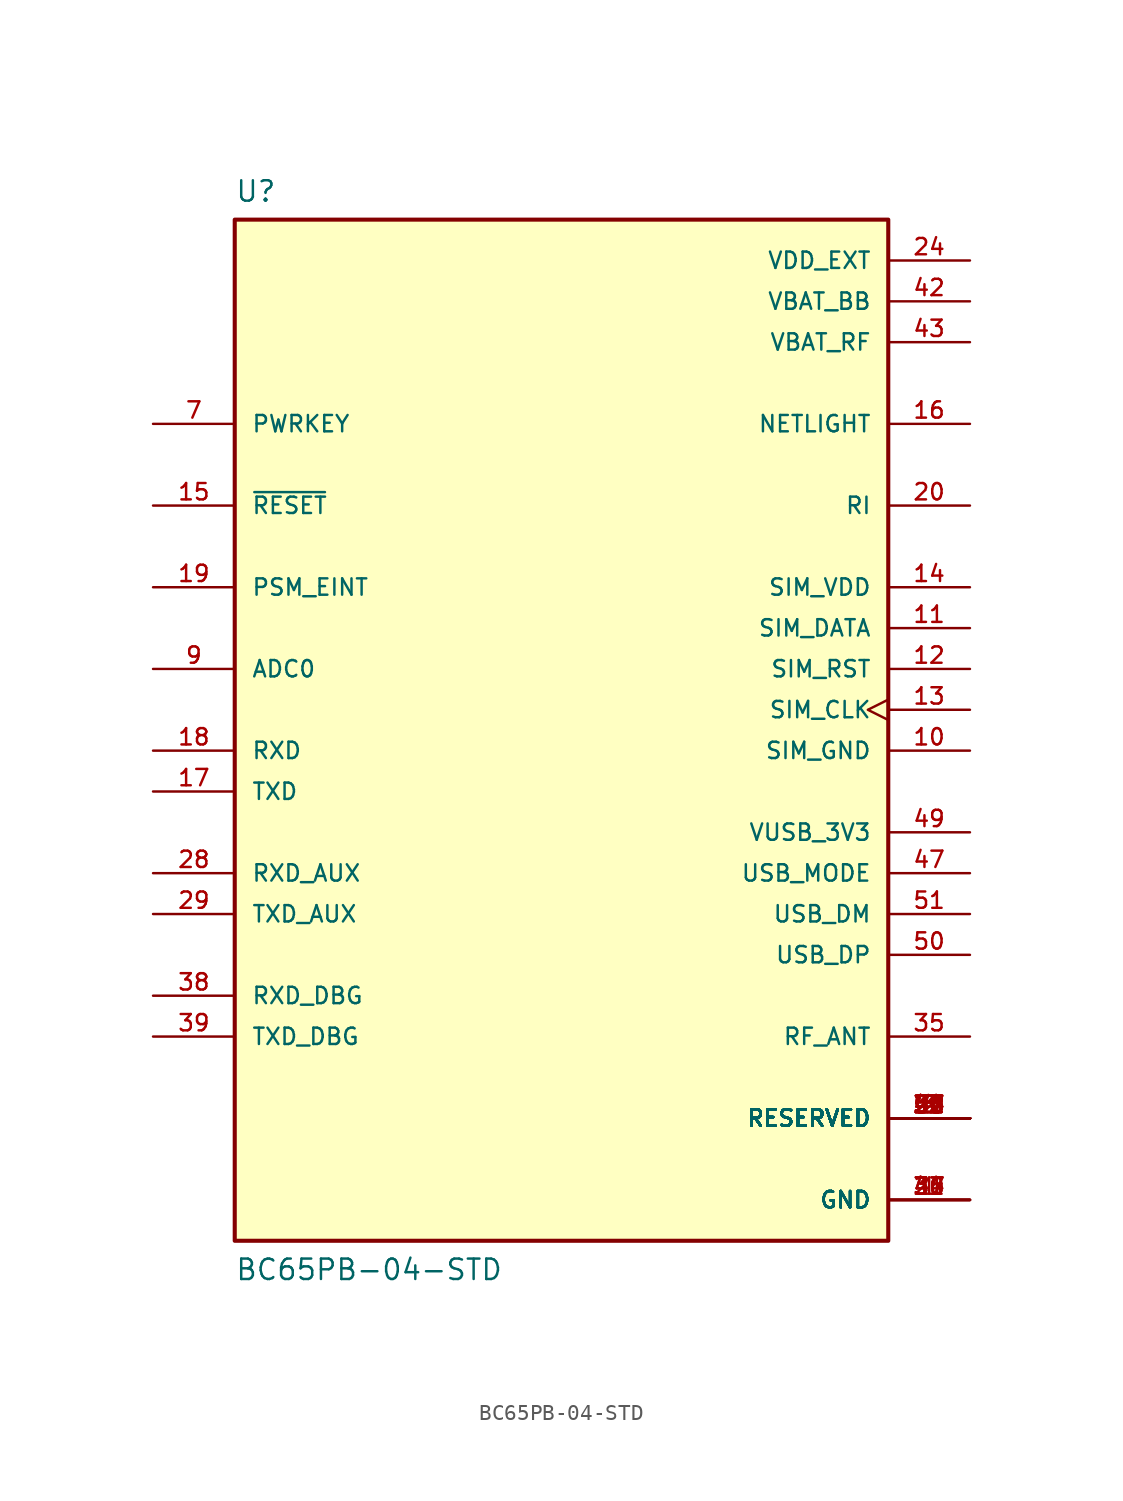
<source format=kicad_sym>
(kicad_symbol_lib
  (version 20211014)
  (generator kicad_symbol_editor)
  (symbol "BC65PB-04-STD"
    (pin_names
      (offset 1.016))
    (property "Reference" "U"
      (at -20.32 31.496 0)
      (effects (font (size 1.27 1.27)) (justify bottom left)))
    (property "Value" "BC65PB-04-STD"
      (at -20.32 -35.56 0)
      (effects (font (size 1.27 1.27)) (justify bottom left)))
    (symbol "BC65PB-04-STD_0_0"
      (rectangle (start -20.32 -33.02) (end 20.32 30.48) (stroke (width 0.254)) (fill (type background)))
      (pin power_in line (at 25.4 25.4 180.0) (length 5.08) (name "VBAT_BB" (effects (font (size 1.016 1.016)))) (number "42" (effects (font (size 1.016 1.016)))))
      (pin power_in line (at 25.4 22.86 180.0) (length 5.08) (name "VBAT_RF" (effects (font (size 1.016 1.016)))) (number "43" (effects (font (size 1.016 1.016)))))
      (pin power_in line (at 25.4 27.94 180.0) (length 5.08) (name "VDD_EXT" (effects (font (size 1.016 1.016)))) (number "24" (effects (font (size 1.016 1.016)))))
      (pin power_in line (at 25.4 -30.48 180.0) (length 5.08) (name "GND" (effects (font (size 1.016 1.016)))) (number "1" (effects (font (size 1.016 1.016)))))
      (pin power_in line (at 25.4 -30.48 180.0) (length 5.08) (name "GND" (effects (font (size 1.016 1.016)))) (number "27" (effects (font (size 1.016 1.016)))))
      (pin power_in line (at 25.4 -30.48 180.0) (length 5.08) (name "GND" (effects (font (size 1.016 1.016)))) (number "34" (effects (font (size 1.016 1.016)))))
      (pin power_in line (at 25.4 -30.48 180.0) (length 5.08) (name "GND" (effects (font (size 1.016 1.016)))) (number "36" (effects (font (size 1.016 1.016)))))
      (pin power_in line (at 25.4 -30.48 180.0) (length 5.08) (name "GND" (effects (font (size 1.016 1.016)))) (number "37" (effects (font (size 1.016 1.016)))))
      (pin power_in line (at 25.4 -30.48 180.0) (length 5.08) (name "GND" (effects (font (size 1.016 1.016)))) (number "40" (effects (font (size 1.016 1.016)))))
      (pin power_in line (at 25.4 -30.48 180.0) (length 5.08) (name "GND" (effects (font (size 1.016 1.016)))) (number "41" (effects (font (size 1.016 1.016)))))
      (pin input line (at -25.4 17.78 0) (length 5.08) (name "PWRKEY" (effects (font (size 1.016 1.016)))) (number "7" (effects (font (size 1.016 1.016)))))
      (pin input line (at -25.4 12.7 0) (length 5.08) (name "~{RESET}" (effects (font (size 1.016 1.016)))) (number "15" (effects (font (size 1.016 1.016)))))
      (pin input line (at 25.4 -10.16 180.0) (length 5.08) (name "USB_MODE" (effects (font (size 1.016 1.016)))) (number "47" (effects (font (size 1.016 1.016)))))
      (pin bidirectional line (at 25.4 -12.7 180.0) (length 5.08) (name "USB_DM" (effects (font (size 1.016 1.016)))) (number "51" (effects (font (size 1.016 1.016)))))
      (pin bidirectional line (at 25.4 -15.24 180.0) (length 5.08) (name "USB_DP" (effects (font (size 1.016 1.016)))) (number "50" (effects (font (size 1.016 1.016)))))
      (pin input line (at -25.4 2.54 0) (length 5.08) (name "ADC0" (effects (font (size 1.016 1.016)))) (number "9" (effects (font (size 1.016 1.016)))))
      (pin power_in line (at 25.4 -2.54 180.0) (length 5.08) (name "SIM_GND" (effects (font (size 1.016 1.016)))) (number "10" (effects (font (size 1.016 1.016)))))
      (pin power_in line (at 25.4 7.62 180.0) (length 5.08) (name "SIM_VDD" (effects (font (size 1.016 1.016)))) (number "14" (effects (font (size 1.016 1.016)))))
      (pin output clock (at 25.4 0.0 180.0) (length 5.08) (name "SIM_CLK" (effects (font (size 1.016 1.016)))) (number "13" (effects (font (size 1.016 1.016)))))
      (pin output line (at 25.4 2.54 180.0) (length 5.08) (name "SIM_RST" (effects (font (size 1.016 1.016)))) (number "12" (effects (font (size 1.016 1.016)))))
      (pin bidirectional line (at 25.4 5.08 180.0) (length 5.08) (name "SIM_DATA" (effects (font (size 1.016 1.016)))) (number "11" (effects (font (size 1.016 1.016)))))
      (pin power_in line (at 25.4 -7.62 180.0) (length 5.08) (name "VUSB_3V3" (effects (font (size 1.016 1.016)))) (number "49" (effects (font (size 1.016 1.016)))))
      (pin bidirectional line (at 25.4 -20.32 180.0) (length 5.08) (name "RF_ANT" (effects (font (size 1.016 1.016)))) (number "35" (effects (font (size 1.016 1.016)))))
      (pin bidirectional line (at 25.4 -25.4 180.0) (length 5.08) (name "RESERVED" (effects (font (size 1.016 1.016)))) (number "2" (effects (font (size 1.016 1.016)))))
      (pin bidirectional line (at 25.4 -25.4 180.0) (length 5.08) (name "RESERVED" (effects (font (size 1.016 1.016)))) (number "3" (effects (font (size 1.016 1.016)))))
      (pin bidirectional line (at 25.4 -25.4 180.0) (length 5.08) (name "RESERVED" (effects (font (size 1.016 1.016)))) (number "4" (effects (font (size 1.016 1.016)))))
      (pin bidirectional line (at 25.4 -25.4 180.0) (length 5.08) (name "RESERVED" (effects (font (size 1.016 1.016)))) (number "5" (effects (font (size 1.016 1.016)))))
      (pin bidirectional line (at 25.4 -25.4 180.0) (length 5.08) (name "RESERVED" (effects (font (size 1.016 1.016)))) (number "6" (effects (font (size 1.016 1.016)))))
      (pin bidirectional line (at 25.4 -25.4 180.0) (length 5.08) (name "RESERVED" (effects (font (size 1.016 1.016)))) (number "8" (effects (font (size 1.016 1.016)))))
      (pin bidirectional line (at 25.4 -25.4 180.0) (length 5.08) (name "RESERVED" (effects (font (size 1.016 1.016)))) (number "21" (effects (font (size 1.016 1.016)))))
      (pin bidirectional line (at 25.4 -25.4 180.0) (length 5.08) (name "RESERVED" (effects (font (size 1.016 1.016)))) (number "22" (effects (font (size 1.016 1.016)))))
      (pin bidirectional line (at 25.4 -25.4 180.0) (length 5.08) (name "RESERVED" (effects (font (size 1.016 1.016)))) (number "23" (effects (font (size 1.016 1.016)))))
      (pin bidirectional line (at 25.4 -25.4 180.0) (length 5.08) (name "RESERVED" (effects (font (size 1.016 1.016)))) (number "25" (effects (font (size 1.016 1.016)))))
      (pin bidirectional line (at 25.4 -25.4 180.0) (length 5.08) (name "RESERVED" (effects (font (size 1.016 1.016)))) (number "26" (effects (font (size 1.016 1.016)))))
      (pin bidirectional line (at 25.4 -25.4 180.0) (length 5.08) (name "RESERVED" (effects (font (size 1.016 1.016)))) (number "30" (effects (font (size 1.016 1.016)))))
      (pin bidirectional line (at 25.4 -25.4 180.0) (length 5.08) (name "RESERVED" (effects (font (size 1.016 1.016)))) (number "31" (effects (font (size 1.016 1.016)))))
      (pin bidirectional line (at 25.4 -25.4 180.0) (length 5.08) (name "RESERVED" (effects (font (size 1.016 1.016)))) (number "32" (effects (font (size 1.016 1.016)))))
      (pin bidirectional line (at 25.4 -25.4 180.0) (length 5.08) (name "RESERVED" (effects (font (size 1.016 1.016)))) (number "33" (effects (font (size 1.016 1.016)))))
      (pin bidirectional line (at 25.4 -25.4 180.0) (length 5.08) (name "RESERVED" (effects (font (size 1.016 1.016)))) (number "44" (effects (font (size 1.016 1.016)))))
      (pin bidirectional line (at 25.4 -25.4 180.0) (length 5.08) (name "RESERVED" (effects (font (size 1.016 1.016)))) (number "45" (effects (font (size 1.016 1.016)))))
      (pin bidirectional line (at 25.4 -25.4 180.0) (length 5.08) (name "RESERVED" (effects (font (size 1.016 1.016)))) (number "46" (effects (font (size 1.016 1.016)))))
      (pin bidirectional line (at 25.4 -25.4 180.0) (length 5.08) (name "RESERVED" (effects (font (size 1.016 1.016)))) (number "48" (effects (font (size 1.016 1.016)))))
      (pin bidirectional line (at 25.4 -25.4 180.0) (length 5.08) (name "RESERVED" (effects (font (size 1.016 1.016)))) (number "52" (effects (font (size 1.016 1.016)))))
      (pin bidirectional line (at 25.4 -25.4 180.0) (length 5.08) (name "RESERVED" (effects (font (size 1.016 1.016)))) (number "53" (effects (font (size 1.016 1.016)))))
      (pin bidirectional line (at 25.4 -25.4 180.0) (length 5.08) (name "RESERVED" (effects (font (size 1.016 1.016)))) (number "54" (effects (font (size 1.016 1.016)))))
      (pin bidirectional line (at 25.4 -25.4 180.0) (length 5.08) (name "RESERVED" (effects (font (size 1.016 1.016)))) (number "55" (effects (font (size 1.016 1.016)))))
      (pin bidirectional line (at 25.4 -25.4 180.0) (length 5.08) (name "RESERVED" (effects (font (size 1.016 1.016)))) (number "56" (effects (font (size 1.016 1.016)))))
      (pin bidirectional line (at 25.4 -25.4 180.0) (length 5.08) (name "RESERVED" (effects (font (size 1.016 1.016)))) (number "57" (effects (font (size 1.016 1.016)))))
      (pin bidirectional line (at 25.4 -25.4 180.0) (length 5.08) (name "RESERVED" (effects (font (size 1.016 1.016)))) (number "58" (effects (font (size 1.016 1.016)))))
      (pin input line (at -25.4 7.62 0) (length 5.08) (name "PSM_EINT" (effects (font (size 1.016 1.016)))) (number "19" (effects (font (size 1.016 1.016)))))
      (pin output line (at 25.4 17.78 180.0) (length 5.08) (name "NETLIGHT" (effects (font (size 1.016 1.016)))) (number "16" (effects (font (size 1.016 1.016)))))
      (pin input line (at -25.4 -2.54 0) (length 5.08) (name "RXD" (effects (font (size 1.016 1.016)))) (number "18" (effects (font (size 1.016 1.016)))))
      (pin output line (at -25.4 -5.08 0) (length 5.08) (name "TXD" (effects (font (size 1.016 1.016)))) (number "17" (effects (font (size 1.016 1.016)))))
      (pin input line (at -25.4 -10.16 0) (length 5.08) (name "RXD_AUX" (effects (font (size 1.016 1.016)))) (number "28" (effects (font (size 1.016 1.016)))))
      (pin output line (at -25.4 -12.7 0) (length 5.08) (name "TXD_AUX" (effects (font (size 1.016 1.016)))) (number "29" (effects (font (size 1.016 1.016)))))
      (pin input line (at -25.4 -17.78 0) (length 5.08) (name "RXD_DBG" (effects (font (size 1.016 1.016)))) (number "38" (effects (font (size 1.016 1.016)))))
      (pin output line (at -25.4 -20.32 0) (length 5.08) (name "TXD_DBG" (effects (font (size 1.016 1.016)))) (number "39" (effects (font (size 1.016 1.016)))))
      (pin output line (at 25.4 12.7 180.0) (length 5.08) (name "RI" (effects (font (size 1.016 1.016)))) (number "20" (effects (font (size 1.016 1.016))))))))
</source>
